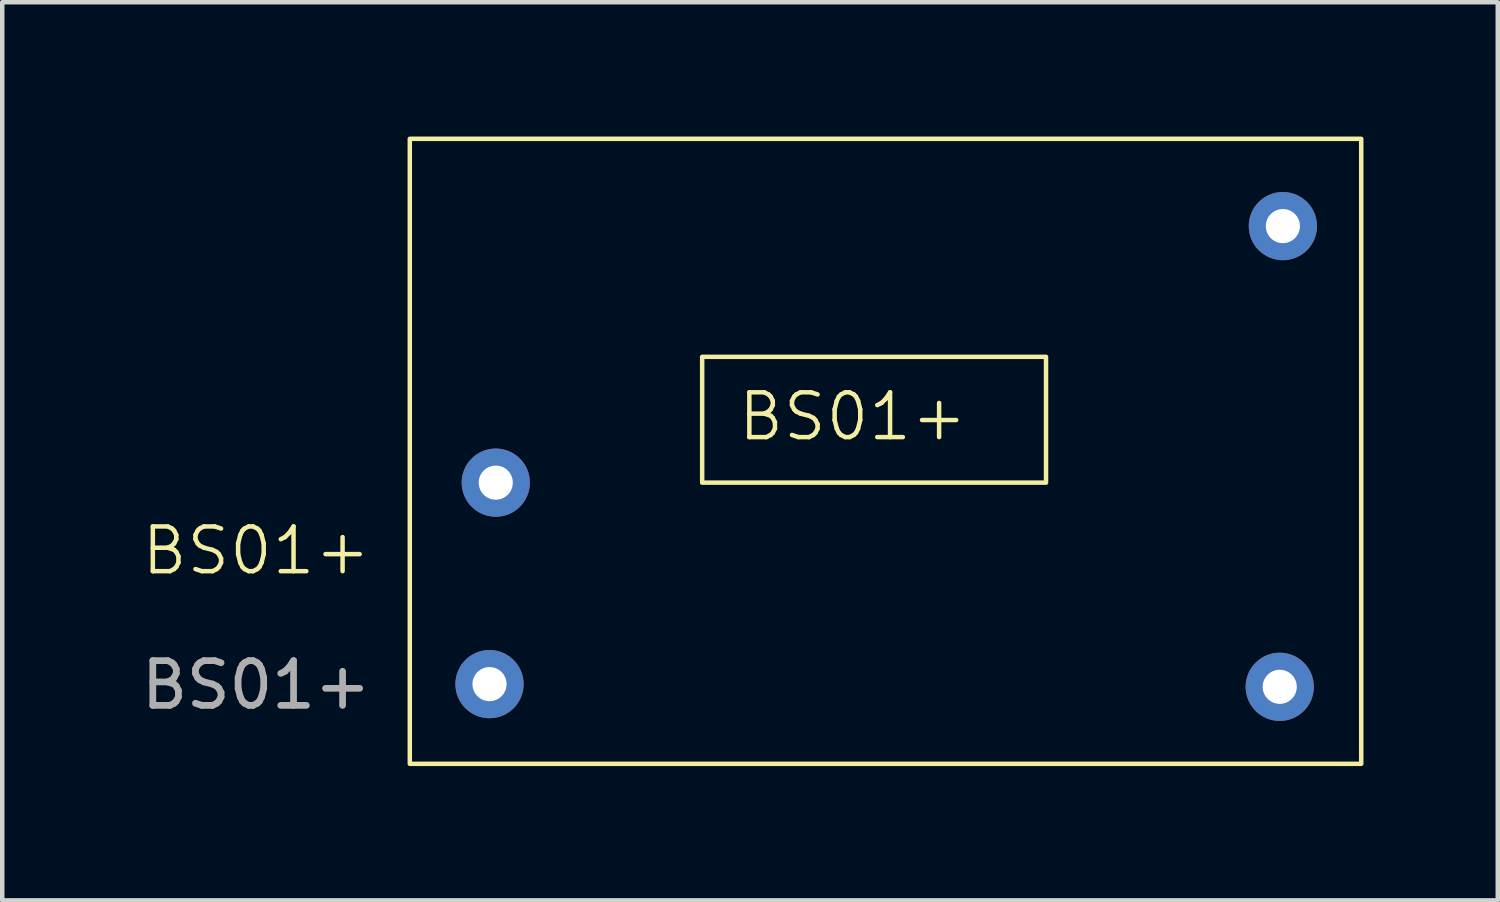
<source format=kicad_pcb>
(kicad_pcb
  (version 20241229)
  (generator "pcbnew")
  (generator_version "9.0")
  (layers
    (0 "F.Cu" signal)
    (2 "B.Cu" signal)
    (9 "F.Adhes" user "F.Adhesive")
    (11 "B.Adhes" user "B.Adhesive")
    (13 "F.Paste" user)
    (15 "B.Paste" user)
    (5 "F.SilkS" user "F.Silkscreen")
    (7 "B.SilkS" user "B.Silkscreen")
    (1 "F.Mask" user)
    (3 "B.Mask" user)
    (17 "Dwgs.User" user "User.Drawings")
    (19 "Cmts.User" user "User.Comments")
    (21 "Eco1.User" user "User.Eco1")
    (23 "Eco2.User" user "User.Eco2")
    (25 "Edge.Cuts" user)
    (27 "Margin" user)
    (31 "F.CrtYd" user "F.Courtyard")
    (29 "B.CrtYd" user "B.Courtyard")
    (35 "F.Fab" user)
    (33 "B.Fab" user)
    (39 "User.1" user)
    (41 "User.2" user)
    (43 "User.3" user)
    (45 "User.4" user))
  (footprint "BS01+"
    (layer "F.Cu")
    (at 7.883 12.23)
    (property "Reference" "BS01+" (at -5.21 -2.98 0) (unlocked yes) (layer "F.SilkS") (effects (font (size 1 1) (thickness 0.1))))
    (attr through_hole)
    (fp_rect (start 19.47 -12.18) (end -1.78 1.78) (stroke (width 0.1) (type default)) (fill no) (layer "F.SilkS"))
    (fp_text user "${REFERENCE}" (at -5.21 0.02 0) (unlocked yes) (layer "F.Fab") (effects (font (size 1 1) (thickness 0.15))))
    (fp_text_box "BS01+" (start 12.43 -7.31) (end 4.75 -4.5) (margins 0.8 0.8 0.8 0.8) (layer "F.SilkS") (effects (font (size 1 1) (thickness 0.1)) (justify left top)) (border yes) (stroke (width 0.1) (type solid)))
    (pad "1" thru_hole circle (at 17.72 -10.23) (size 1.524 1.524) (drill 0.762) (layers "*.Cu" "*.Mask"))
    (pad "2" thru_hole circle (at 17.65 0.06) (size 1.524 1.524) (drill 0.762) (layers "*.Cu" "*.Mask"))
    (pad "3" thru_hole circle (at 0.14 -4.5) (size 1.524 1.524) (drill 0.762) (layers "*.Cu" "*.Mask"))
    (pad "4" thru_hole circle (at 0 0) (size 1.524 1.524) (drill 0.762) (layers "*.Cu" "*.Mask")))
  (gr_rect
    (start -3 -3)
    (end 30.403 17.06)
    (stroke (width 0.1) (type default))
    (fill no)
    (layer "Edge.Cuts")))
</source>
